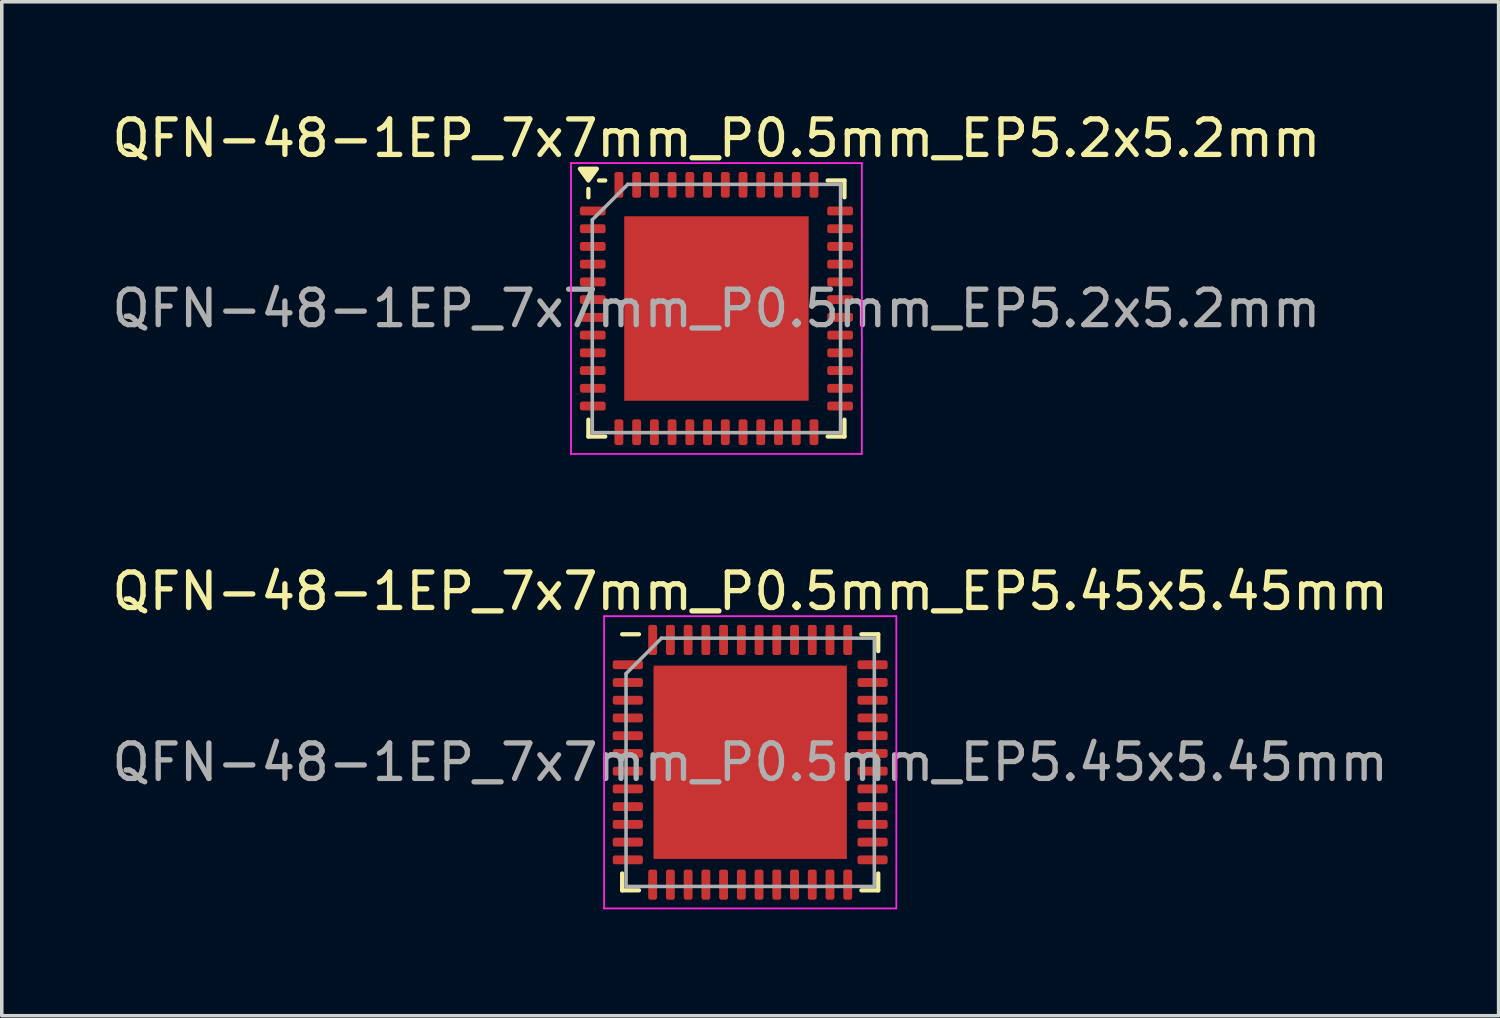
<source format=kicad_pcb>
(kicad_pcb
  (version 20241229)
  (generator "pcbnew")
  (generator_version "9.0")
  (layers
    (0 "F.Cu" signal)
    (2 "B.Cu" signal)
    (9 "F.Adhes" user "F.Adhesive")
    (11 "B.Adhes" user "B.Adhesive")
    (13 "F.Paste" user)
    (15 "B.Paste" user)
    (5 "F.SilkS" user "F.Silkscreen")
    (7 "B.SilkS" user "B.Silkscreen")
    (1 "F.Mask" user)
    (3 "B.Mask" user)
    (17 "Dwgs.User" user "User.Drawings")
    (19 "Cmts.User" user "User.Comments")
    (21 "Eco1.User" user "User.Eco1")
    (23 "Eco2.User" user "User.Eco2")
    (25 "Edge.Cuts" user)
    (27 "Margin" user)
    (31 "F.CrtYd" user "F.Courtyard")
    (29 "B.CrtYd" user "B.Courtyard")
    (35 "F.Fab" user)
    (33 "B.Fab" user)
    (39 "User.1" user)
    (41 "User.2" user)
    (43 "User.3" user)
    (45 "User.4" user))
  (footprint "QFN-48-1EP_7x7mm_P0.5mm_EP5.45x5.45mm"
    (layer "F.Cu")
    (at 18.101 18.442)
    (property "Reference" "QFN-48-1EP_7x7mm_P0.5mm_EP5.45x5.45mm" (at 0 -4.82 0) (layer "F.SilkS") (effects (font (size 1 1) (thickness 0.15))))
    (attr smd)
    (fp_line (start -3.61 3.61) (end -3.61 3.135) (stroke (width 0.12) (type solid)) (layer "F.SilkS"))
    (fp_line (start -3.135 -3.61) (end -3.61 -3.61) (stroke (width 0.12) (type solid)) (layer "F.SilkS"))
    (fp_line (start -3.135 3.61) (end -3.61 3.61) (stroke (width 0.12) (type solid)) (layer "F.SilkS"))
    (fp_line (start 3.135 -3.61) (end 3.61 -3.61) (stroke (width 0.12) (type solid)) (layer "F.SilkS"))
    (fp_line (start 3.135 3.61) (end 3.61 3.61) (stroke (width 0.12) (type solid)) (layer "F.SilkS"))
    (fp_line (start 3.61 -3.61) (end 3.61 -3.135) (stroke (width 0.12) (type solid)) (layer "F.SilkS"))
    (fp_line (start 3.61 3.61) (end 3.61 3.135) (stroke (width 0.12) (type solid)) (layer "F.SilkS"))
    (fp_line (start -4.12 -4.12) (end -4.12 4.12) (stroke (width 0.05) (type solid)) (layer "F.CrtYd"))
    (fp_line (start -4.12 4.12) (end 4.12 4.12) (stroke (width 0.05) (type solid)) (layer "F.CrtYd"))
    (fp_line (start 4.12 -4.12) (end -4.12 -4.12) (stroke (width 0.05) (type solid)) (layer "F.CrtYd"))
    (fp_line (start 4.12 4.12) (end 4.12 -4.12) (stroke (width 0.05) (type solid)) (layer "F.CrtYd"))
    (fp_line (start -3.5 -2.5) (end -2.5 -3.5) (stroke (width 0.1) (type solid)) (layer "F.Fab"))
    (fp_line (start -3.5 3.5) (end -3.5 -2.5) (stroke (width 0.1) (type solid)) (layer "F.Fab"))
    (fp_line (start -2.5 -3.5) (end 3.5 -3.5) (stroke (width 0.1) (type solid)) (layer "F.Fab"))
    (fp_line (start 3.5 -3.5) (end 3.5 3.5) (stroke (width 0.1) (type solid)) (layer "F.Fab"))
    (fp_line (start 3.5 3.5) (end -3.5 3.5) (stroke (width 0.1) (type solid)) (layer "F.Fab"))
    (fp_text user "${REFERENCE}" (at 0 0 0) (layer "F.Fab") (effects (font (size 1 1) (thickness 0.15))))
    (pad "" smd roundrect (at -2.04 -2.04) (size 1.1 1.1) (layers "F.Paste") (roundrect_rratio 0.227))
    (pad "" smd roundrect (at -2.04 -0.68) (size 1.1 1.1) (layers "F.Paste") (roundrect_rratio 0.227))
    (pad "" smd roundrect (at -2.04 0.68) (size 1.1 1.1) (layers "F.Paste") (roundrect_rratio 0.227))
    (pad "" smd roundrect (at -2.04 2.04) (size 1.1 1.1) (layers "F.Paste") (roundrect_rratio 0.227))
    (pad "" smd roundrect (at -0.68 -2.04) (size 1.1 1.1) (layers "F.Paste") (roundrect_rratio 0.227))
    (pad "" smd roundrect (at -0.68 -0.68) (size 1.1 1.1) (layers "F.Paste") (roundrect_rratio 0.227))
    (pad "" smd roundrect (at -0.68 0.68) (size 1.1 1.1) (layers "F.Paste") (roundrect_rratio 0.227))
    (pad "" smd roundrect (at -0.68 2.04) (size 1.1 1.1) (layers "F.Paste") (roundrect_rratio 0.227))
    (pad "" smd roundrect (at 0.68 -2.04) (size 1.1 1.1) (layers "F.Paste") (roundrect_rratio 0.227))
    (pad "" smd roundrect (at 0.68 -0.68) (size 1.1 1.1) (layers "F.Paste") (roundrect_rratio 0.227))
    (pad "" smd roundrect (at 0.68 0.68) (size 1.1 1.1) (layers "F.Paste") (roundrect_rratio 0.227))
    (pad "" smd roundrect (at 0.68 2.04) (size 1.1 1.1) (layers "F.Paste") (roundrect_rratio 0.227))
    (pad "" smd roundrect (at 2.04 -2.04) (size 1.1 1.1) (layers "F.Paste") (roundrect_rratio 0.227))
    (pad "" smd roundrect (at 2.04 -0.68) (size 1.1 1.1) (layers "F.Paste") (roundrect_rratio 0.227))
    (pad "" smd roundrect (at 2.04 0.68) (size 1.1 1.1) (layers "F.Paste") (roundrect_rratio 0.227))
    (pad "" smd roundrect (at 2.04 2.04) (size 1.1 1.1) (layers "F.Paste") (roundrect_rratio 0.227))
    (pad "1" smd roundrect (at -3.45 -2.75) (size 0.85 0.25) (layers "F.Cu" "F.Mask" "F.Paste") (roundrect_rratio 0.25))
    (pad "2" smd roundrect (at -3.45 -2.25) (size 0.85 0.25) (layers "F.Cu" "F.Mask" "F.Paste") (roundrect_rratio 0.25))
    (pad "3" smd roundrect (at -3.45 -1.75) (size 0.85 0.25) (layers "F.Cu" "F.Mask" "F.Paste") (roundrect_rratio 0.25))
    (pad "4" smd roundrect (at -3.45 -1.25) (size 0.85 0.25) (layers "F.Cu" "F.Mask" "F.Paste") (roundrect_rratio 0.25))
    (pad "5" smd roundrect (at -3.45 -0.75) (size 0.85 0.25) (layers "F.Cu" "F.Mask" "F.Paste") (roundrect_rratio 0.25))
    (pad "6" smd roundrect (at -3.45 -0.25) (size 0.85 0.25) (layers "F.Cu" "F.Mask" "F.Paste") (roundrect_rratio 0.25))
    (pad "7" smd roundrect (at -3.45 0.25) (size 0.85 0.25) (layers "F.Cu" "F.Mask" "F.Paste") (roundrect_rratio 0.25))
    (pad "8" smd roundrect (at -3.45 0.75) (size 0.85 0.25) (layers "F.Cu" "F.Mask" "F.Paste") (roundrect_rratio 0.25))
    (pad "9" smd roundrect (at -3.45 1.25) (size 0.85 0.25) (layers "F.Cu" "F.Mask" "F.Paste") (roundrect_rratio 0.25))
    (pad "10" smd roundrect (at -3.45 1.75) (size 0.85 0.25) (layers "F.Cu" "F.Mask" "F.Paste") (roundrect_rratio 0.25))
    (pad "11" smd roundrect (at -3.45 2.25) (size 0.85 0.25) (layers "F.Cu" "F.Mask" "F.Paste") (roundrect_rratio 0.25))
    (pad "12" smd roundrect (at -3.45 2.75) (size 0.85 0.25) (layers "F.Cu" "F.Mask" "F.Paste") (roundrect_rratio 0.25))
    (pad "13" smd roundrect (at -2.75 3.45) (size 0.25 0.85) (layers "F.Cu" "F.Mask" "F.Paste") (roundrect_rratio 0.25))
    (pad "14" smd roundrect (at -2.25 3.45) (size 0.25 0.85) (layers "F.Cu" "F.Mask" "F.Paste") (roundrect_rratio 0.25))
    (pad "15" smd roundrect (at -1.75 3.45) (size 0.25 0.85) (layers "F.Cu" "F.Mask" "F.Paste") (roundrect_rratio 0.25))
    (pad "16" smd roundrect (at -1.25 3.45) (size 0.25 0.85) (layers "F.Cu" "F.Mask" "F.Paste") (roundrect_rratio 0.25))
    (pad "17" smd roundrect (at -0.75 3.45) (size 0.25 0.85) (layers "F.Cu" "F.Mask" "F.Paste") (roundrect_rratio 0.25))
    (pad "18" smd roundrect (at -0.25 3.45) (size 0.25 0.85) (layers "F.Cu" "F.Mask" "F.Paste") (roundrect_rratio 0.25))
    (pad "19" smd roundrect (at 0.25 3.45) (size 0.25 0.85) (layers "F.Cu" "F.Mask" "F.Paste") (roundrect_rratio 0.25))
    (pad "20" smd roundrect (at 0.75 3.45) (size 0.25 0.85) (layers "F.Cu" "F.Mask" "F.Paste") (roundrect_rratio 0.25))
    (pad "21" smd roundrect (at 1.25 3.45) (size 0.25 0.85) (layers "F.Cu" "F.Mask" "F.Paste") (roundrect_rratio 0.25))
    (pad "22" smd roundrect (at 1.75 3.45) (size 0.25 0.85) (layers "F.Cu" "F.Mask" "F.Paste") (roundrect_rratio 0.25))
    (pad "23" smd roundrect (at 2.25 3.45) (size 0.25 0.85) (layers "F.Cu" "F.Mask" "F.Paste") (roundrect_rratio 0.25))
    (pad "24" smd roundrect (at 2.75 3.45) (size 0.25 0.85) (layers "F.Cu" "F.Mask" "F.Paste") (roundrect_rratio 0.25))
    (pad "25" smd roundrect (at 3.45 2.75) (size 0.85 0.25) (layers "F.Cu" "F.Mask" "F.Paste") (roundrect_rratio 0.25))
    (pad "26" smd roundrect (at 3.45 2.25) (size 0.85 0.25) (layers "F.Cu" "F.Mask" "F.Paste") (roundrect_rratio 0.25))
    (pad "27" smd roundrect (at 3.45 1.75) (size 0.85 0.25) (layers "F.Cu" "F.Mask" "F.Paste") (roundrect_rratio 0.25))
    (pad "28" smd roundrect (at 3.45 1.25) (size 0.85 0.25) (layers "F.Cu" "F.Mask" "F.Paste") (roundrect_rratio 0.25))
    (pad "29" smd roundrect (at 3.45 0.75) (size 0.85 0.25) (layers "F.Cu" "F.Mask" "F.Paste") (roundrect_rratio 0.25))
    (pad "30" smd roundrect (at 3.45 0.25) (size 0.85 0.25) (layers "F.Cu" "F.Mask" "F.Paste") (roundrect_rratio 0.25))
    (pad "31" smd roundrect (at 3.45 -0.25) (size 0.85 0.25) (layers "F.Cu" "F.Mask" "F.Paste") (roundrect_rratio 0.25))
    (pad "32" smd roundrect (at 3.45 -0.75) (size 0.85 0.25) (layers "F.Cu" "F.Mask" "F.Paste") (roundrect_rratio 0.25))
    (pad "33" smd roundrect (at 3.45 -1.25) (size 0.85 0.25) (layers "F.Cu" "F.Mask" "F.Paste") (roundrect_rratio 0.25))
    (pad "34" smd roundrect (at 3.45 -1.75) (size 0.85 0.25) (layers "F.Cu" "F.Mask" "F.Paste") (roundrect_rratio 0.25))
    (pad "35" smd roundrect (at 3.45 -2.25) (size 0.85 0.25) (layers "F.Cu" "F.Mask" "F.Paste") (roundrect_rratio 0.25))
    (pad "36" smd roundrect (at 3.45 -2.75) (size 0.85 0.25) (layers "F.Cu" "F.Mask" "F.Paste") (roundrect_rratio 0.25))
    (pad "37" smd roundrect (at 2.75 -3.45) (size 0.25 0.85) (layers "F.Cu" "F.Mask" "F.Paste") (roundrect_rratio 0.25))
    (pad "38" smd roundrect (at 2.25 -3.45) (size 0.25 0.85) (layers "F.Cu" "F.Mask" "F.Paste") (roundrect_rratio 0.25))
    (pad "39" smd roundrect (at 1.75 -3.45) (size 0.25 0.85) (layers "F.Cu" "F.Mask" "F.Paste") (roundrect_rratio 0.25))
    (pad "40" smd roundrect (at 1.25 -3.45) (size 0.25 0.85) (layers "F.Cu" "F.Mask" "F.Paste") (roundrect_rratio 0.25))
    (pad "41" smd roundrect (at 0.75 -3.45) (size 0.25 0.85) (layers "F.Cu" "F.Mask" "F.Paste") (roundrect_rratio 0.25))
    (pad "42" smd roundrect (at 0.25 -3.45) (size 0.25 0.85) (layers "F.Cu" "F.Mask" "F.Paste") (roundrect_rratio 0.25))
    (pad "43" smd roundrect (at -0.25 -3.45) (size 0.25 0.85) (layers "F.Cu" "F.Mask" "F.Paste") (roundrect_rratio 0.25))
    (pad "44" smd roundrect (at -0.75 -3.45) (size 0.25 0.85) (layers "F.Cu" "F.Mask" "F.Paste") (roundrect_rratio 0.25))
    (pad "45" smd roundrect (at -1.25 -3.45) (size 0.25 0.85) (layers "F.Cu" "F.Mask" "F.Paste") (roundrect_rratio 0.25))
    (pad "46" smd roundrect (at -1.75 -3.45) (size 0.25 0.85) (layers "F.Cu" "F.Mask" "F.Paste") (roundrect_rratio 0.25))
    (pad "47" smd roundrect (at -2.25 -3.45) (size 0.25 0.85) (layers "F.Cu" "F.Mask" "F.Paste") (roundrect_rratio 0.25))
    (pad "48" smd roundrect (at -2.75 -3.45) (size 0.25 0.85) (layers "F.Cu" "F.Mask" "F.Paste") (roundrect_rratio 0.25))
    (pad "49" smd rect (at 0 0) (size 5.45 5.45) (layers "F.Cu" "F.Mask")))
  (footprint "QFN-48-1EP_7x7mm_P0.5mm_EP5.2x5.2mm"
    (layer "F.Cu")
    (at 17.149 5.648)
    (property "Reference" "QFN-48-1EP_7x7mm_P0.5mm_EP5.2x5.2mm" (at 0 -4.8 0) (layer "F.SilkS") (effects (font (size 1 1) (thickness 0.15))))
    (attr smd)
    (fp_line (start -3.61 -3.135) (end -3.61 -3.37) (stroke (width 0.12) (type solid)) (layer "F.SilkS"))
    (fp_line (start -3.61 3.61) (end -3.61 3.135) (stroke (width 0.12) (type solid)) (layer "F.SilkS"))
    (fp_line (start -3.135 -3.61) (end -3.31 -3.61) (stroke (width 0.12) (type solid)) (layer "F.SilkS"))
    (fp_line (start -3.135 3.61) (end -3.61 3.61) (stroke (width 0.12) (type solid)) (layer "F.SilkS"))
    (fp_line (start 3.135 -3.61) (end 3.61 -3.61) (stroke (width 0.12) (type solid)) (layer "F.SilkS"))
    (fp_line (start 3.135 3.61) (end 3.61 3.61) (stroke (width 0.12) (type solid)) (layer "F.SilkS"))
    (fp_line (start 3.61 -3.61) (end 3.61 -3.135) (stroke (width 0.12) (type solid)) (layer "F.SilkS"))
    (fp_line (start 3.61 3.61) (end 3.61 3.135) (stroke (width 0.12) (type solid)) (layer "F.SilkS"))
    (fp_poly (pts (xy -3.61 -3.61) (xy -3.85 -3.94) (xy -3.37 -3.94) (xy -3.61 -3.61)) (stroke (width 0.12) (type solid)) (fill yes) (layer "F.SilkS"))
    (fp_line (start -4.1 -4.1) (end -4.1 4.1) (stroke (width 0.05) (type solid)) (layer "F.CrtYd"))
    (fp_line (start -4.1 4.1) (end 4.1 4.1) (stroke (width 0.05) (type solid)) (layer "F.CrtYd"))
    (fp_line (start 4.1 -4.1) (end -4.1 -4.1) (stroke (width 0.05) (type solid)) (layer "F.CrtYd"))
    (fp_line (start 4.1 4.1) (end 4.1 -4.1) (stroke (width 0.05) (type solid)) (layer "F.CrtYd"))
    (fp_line (start -3.5 -2.5) (end -2.5 -3.5) (stroke (width 0.1) (type solid)) (layer "F.Fab"))
    (fp_line (start -3.5 3.5) (end -3.5 -2.5) (stroke (width 0.1) (type solid)) (layer "F.Fab"))
    (fp_line (start -2.5 -3.5) (end 3.5 -3.5) (stroke (width 0.1) (type solid)) (layer "F.Fab"))
    (fp_line (start 3.5 -3.5) (end 3.5 3.5) (stroke (width 0.1) (type solid)) (layer "F.Fab"))
    (fp_line (start 3.5 3.5) (end -3.5 3.5) (stroke (width 0.1) (type solid)) (layer "F.Fab"))
    (fp_text user "${REFERENCE}" (at 0 0 0) (layer "F.Fab") (effects (font (size 1 1) (thickness 0.15))))
    (pad "" smd roundrect (at -1.3 -1.3) (size 2.1 2.1) (layers "F.Paste") (roundrect_rratio 0.119))
    (pad "" smd roundrect (at -1.3 1.3) (size 2.1 2.1) (layers "F.Paste") (roundrect_rratio 0.119))
    (pad "" smd roundrect (at 1.3 -1.3) (size 2.1 2.1) (layers "F.Paste") (roundrect_rratio 0.119))
    (pad "" smd roundrect (at 1.3 1.3) (size 2.1 2.1) (layers "F.Paste") (roundrect_rratio 0.119))
    (pad "1" smd roundrect (at -3.487 -2.75) (size 0.725 0.25) (layers "F.Cu" "F.Mask" "F.Paste") (roundrect_rratio 0.25))
    (pad "2" smd roundrect (at -3.487 -2.25) (size 0.725 0.25) (layers "F.Cu" "F.Mask" "F.Paste") (roundrect_rratio 0.25))
    (pad "3" smd roundrect (at -3.487 -1.75) (size 0.725 0.25) (layers "F.Cu" "F.Mask" "F.Paste") (roundrect_rratio 0.25))
    (pad "4" smd roundrect (at -3.487 -1.25) (size 0.725 0.25) (layers "F.Cu" "F.Mask" "F.Paste") (roundrect_rratio 0.25))
    (pad "5" smd roundrect (at -3.487 -0.75) (size 0.725 0.25) (layers "F.Cu" "F.Mask" "F.Paste") (roundrect_rratio 0.25))
    (pad "6" smd roundrect (at -3.487 -0.25) (size 0.725 0.25) (layers "F.Cu" "F.Mask" "F.Paste") (roundrect_rratio 0.25))
    (pad "7" smd roundrect (at -3.487 0.25) (size 0.725 0.25) (layers "F.Cu" "F.Mask" "F.Paste") (roundrect_rratio 0.25))
    (pad "8" smd roundrect (at -3.487 0.75) (size 0.725 0.25) (layers "F.Cu" "F.Mask" "F.Paste") (roundrect_rratio 0.25))
    (pad "9" smd roundrect (at -3.487 1.25) (size 0.725 0.25) (layers "F.Cu" "F.Mask" "F.Paste") (roundrect_rratio 0.25))
    (pad "10" smd roundrect (at -3.487 1.75) (size 0.725 0.25) (layers "F.Cu" "F.Mask" "F.Paste") (roundrect_rratio 0.25))
    (pad "11" smd roundrect (at -3.487 2.25) (size 0.725 0.25) (layers "F.Cu" "F.Mask" "F.Paste") (roundrect_rratio 0.25))
    (pad "12" smd roundrect (at -3.487 2.75) (size 0.725 0.25) (layers "F.Cu" "F.Mask" "F.Paste") (roundrect_rratio 0.25))
    (pad "13" smd roundrect (at -2.75 3.487) (size 0.25 0.725) (layers "F.Cu" "F.Mask" "F.Paste") (roundrect_rratio 0.25))
    (pad "14" smd roundrect (at -2.25 3.487) (size 0.25 0.725) (layers "F.Cu" "F.Mask" "F.Paste") (roundrect_rratio 0.25))
    (pad "15" smd roundrect (at -1.75 3.487) (size 0.25 0.725) (layers "F.Cu" "F.Mask" "F.Paste") (roundrect_rratio 0.25))
    (pad "16" smd roundrect (at -1.25 3.487) (size 0.25 0.725) (layers "F.Cu" "F.Mask" "F.Paste") (roundrect_rratio 0.25))
    (pad "17" smd roundrect (at -0.75 3.487) (size 0.25 0.725) (layers "F.Cu" "F.Mask" "F.Paste") (roundrect_rratio 0.25))
    (pad "18" smd roundrect (at -0.25 3.487) (size 0.25 0.725) (layers "F.Cu" "F.Mask" "F.Paste") (roundrect_rratio 0.25))
    (pad "19" smd roundrect (at 0.25 3.487) (size 0.25 0.725) (layers "F.Cu" "F.Mask" "F.Paste") (roundrect_rratio 0.25))
    (pad "20" smd roundrect (at 0.75 3.487) (size 0.25 0.725) (layers "F.Cu" "F.Mask" "F.Paste") (roundrect_rratio 0.25))
    (pad "21" smd roundrect (at 1.25 3.487) (size 0.25 0.725) (layers "F.Cu" "F.Mask" "F.Paste") (roundrect_rratio 0.25))
    (pad "22" smd roundrect (at 1.75 3.487) (size 0.25 0.725) (layers "F.Cu" "F.Mask" "F.Paste") (roundrect_rratio 0.25))
    (pad "23" smd roundrect (at 2.25 3.487) (size 0.25 0.725) (layers "F.Cu" "F.Mask" "F.Paste") (roundrect_rratio 0.25))
    (pad "24" smd roundrect (at 2.75 3.487) (size 0.25 0.725) (layers "F.Cu" "F.Mask" "F.Paste") (roundrect_rratio 0.25))
    (pad "25" smd roundrect (at 3.487 2.75) (size 0.725 0.25) (layers "F.Cu" "F.Mask" "F.Paste") (roundrect_rratio 0.25))
    (pad "26" smd roundrect (at 3.487 2.25) (size 0.725 0.25) (layers "F.Cu" "F.Mask" "F.Paste") (roundrect_rratio 0.25))
    (pad "27" smd roundrect (at 3.487 1.75) (size 0.725 0.25) (layers "F.Cu" "F.Mask" "F.Paste") (roundrect_rratio 0.25))
    (pad "28" smd roundrect (at 3.487 1.25) (size 0.725 0.25) (layers "F.Cu" "F.Mask" "F.Paste") (roundrect_rratio 0.25))
    (pad "29" smd roundrect (at 3.487 0.75) (size 0.725 0.25) (layers "F.Cu" "F.Mask" "F.Paste") (roundrect_rratio 0.25))
    (pad "30" smd roundrect (at 3.487 0.25) (size 0.725 0.25) (layers "F.Cu" "F.Mask" "F.Paste") (roundrect_rratio 0.25))
    (pad "31" smd roundrect (at 3.487 -0.25) (size 0.725 0.25) (layers "F.Cu" "F.Mask" "F.Paste") (roundrect_rratio 0.25))
    (pad "32" smd roundrect (at 3.487 -0.75) (size 0.725 0.25) (layers "F.Cu" "F.Mask" "F.Paste") (roundrect_rratio 0.25))
    (pad "33" smd roundrect (at 3.487 -1.25) (size 0.725 0.25) (layers "F.Cu" "F.Mask" "F.Paste") (roundrect_rratio 0.25))
    (pad "34" smd roundrect (at 3.487 -1.75) (size 0.725 0.25) (layers "F.Cu" "F.Mask" "F.Paste") (roundrect_rratio 0.25))
    (pad "35" smd roundrect (at 3.487 -2.25) (size 0.725 0.25) (layers "F.Cu" "F.Mask" "F.Paste") (roundrect_rratio 0.25))
    (pad "36" smd roundrect (at 3.487 -2.75) (size 0.725 0.25) (layers "F.Cu" "F.Mask" "F.Paste") (roundrect_rratio 0.25))
    (pad "37" smd roundrect (at 2.75 -3.487) (size 0.25 0.725) (layers "F.Cu" "F.Mask" "F.Paste") (roundrect_rratio 0.25))
    (pad "38" smd roundrect (at 2.25 -3.487) (size 0.25 0.725) (layers "F.Cu" "F.Mask" "F.Paste") (roundrect_rratio 0.25))
    (pad "39" smd roundrect (at 1.75 -3.487) (size 0.25 0.725) (layers "F.Cu" "F.Mask" "F.Paste") (roundrect_rratio 0.25))
    (pad "40" smd roundrect (at 1.25 -3.487) (size 0.25 0.725) (layers "F.Cu" "F.Mask" "F.Paste") (roundrect_rratio 0.25))
    (pad "41" smd roundrect (at 0.75 -3.487) (size 0.25 0.725) (layers "F.Cu" "F.Mask" "F.Paste") (roundrect_rratio 0.25))
    (pad "42" smd roundrect (at 0.25 -3.487) (size 0.25 0.725) (layers "F.Cu" "F.Mask" "F.Paste") (roundrect_rratio 0.25))
    (pad "43" smd roundrect (at -0.25 -3.487) (size 0.25 0.725) (layers "F.Cu" "F.Mask" "F.Paste") (roundrect_rratio 0.25))
    (pad "44" smd roundrect (at -0.75 -3.487) (size 0.25 0.725) (layers "F.Cu" "F.Mask" "F.Paste") (roundrect_rratio 0.25))
    (pad "45" smd roundrect (at -1.25 -3.487) (size 0.25 0.725) (layers "F.Cu" "F.Mask" "F.Paste") (roundrect_rratio 0.25))
    (pad "46" smd roundrect (at -1.75 -3.487) (size 0.25 0.725) (layers "F.Cu" "F.Mask" "F.Paste") (roundrect_rratio 0.25))
    (pad "47" smd roundrect (at -2.25 -3.487) (size 0.25 0.725) (layers "F.Cu" "F.Mask" "F.Paste") (roundrect_rratio 0.25))
    (pad "48" smd roundrect (at -2.75 -3.487) (size 0.25 0.725) (layers "F.Cu" "F.Mask" "F.Paste") (roundrect_rratio 0.25))
    (pad "49" smd rect (at 0 0) (size 5.2 5.2) (property pad_prop_heatsink) (layers "F.Cu" "F.Mask")))
  (gr_rect
    (start -3 -3)
    (end 39.202 25.587)
    (stroke (width 0.1) (type default))
    (fill no)
    (layer "Edge.Cuts")))
</source>
